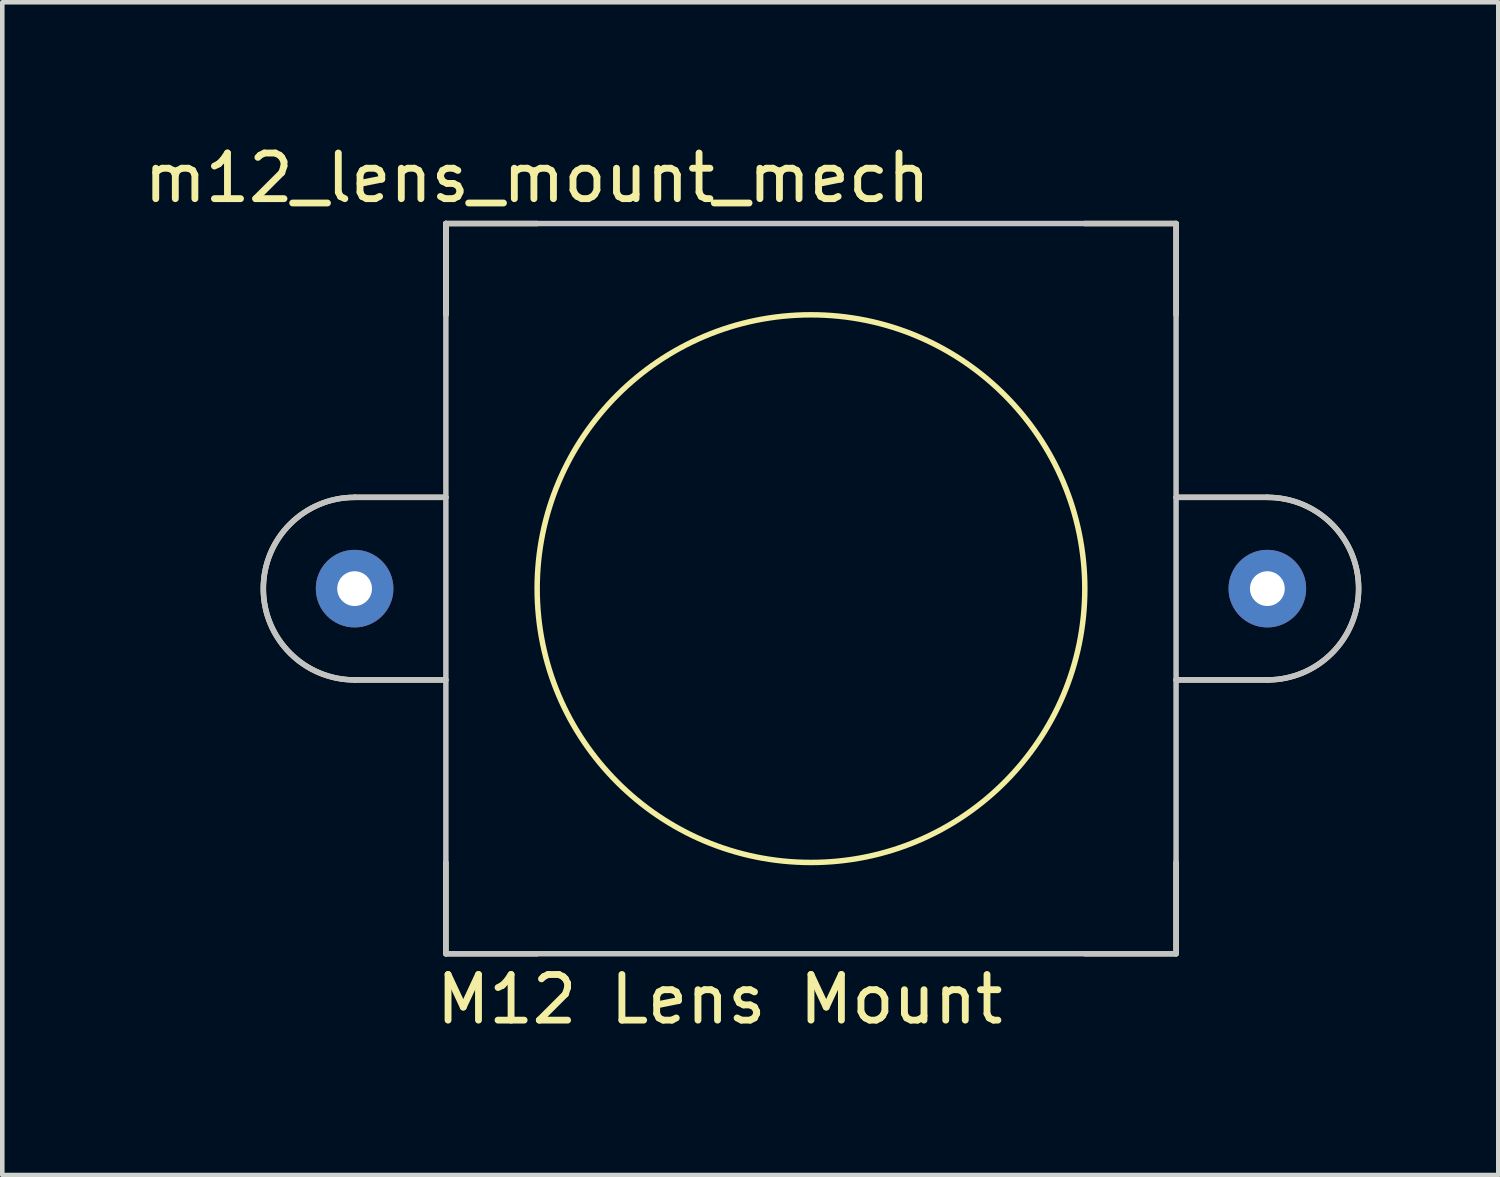
<source format=kicad_pcb>
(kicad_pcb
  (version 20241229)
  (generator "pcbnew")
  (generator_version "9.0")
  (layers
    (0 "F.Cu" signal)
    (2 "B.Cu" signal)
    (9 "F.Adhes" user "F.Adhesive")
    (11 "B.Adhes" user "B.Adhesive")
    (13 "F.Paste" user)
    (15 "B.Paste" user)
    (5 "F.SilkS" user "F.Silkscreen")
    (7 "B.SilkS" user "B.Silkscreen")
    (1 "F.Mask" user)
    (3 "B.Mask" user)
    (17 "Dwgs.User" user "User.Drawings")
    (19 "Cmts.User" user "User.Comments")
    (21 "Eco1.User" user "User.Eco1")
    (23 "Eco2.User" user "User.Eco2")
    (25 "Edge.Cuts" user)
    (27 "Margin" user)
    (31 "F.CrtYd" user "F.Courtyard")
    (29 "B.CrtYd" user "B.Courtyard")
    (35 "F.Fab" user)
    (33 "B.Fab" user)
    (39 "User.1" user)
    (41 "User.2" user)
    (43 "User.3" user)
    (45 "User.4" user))
  (footprint "m12_lens_mount_mech"
    (layer "F.Cu")
    (at 14.72 9.848)
    (property "Reference" "m12_lens_mount_mech" (at -6 -9 0) (unlocked yes) (layer "F.SilkS") (effects (font (size 1 1) (thickness 0.15))))
    (fp_line (start -10 -2) (end -8 -2) (stroke (width 0.12) (type solid)) (layer "F.SilkS"))
    (fp_line (start -8 -8) (end -8 -6) (stroke (width 0.12) (type solid)) (layer "F.SilkS"))
    (fp_line (start -8 -8) (end -6 -8) (stroke (width 0.12) (type solid)) (layer "F.SilkS"))
    (fp_line (start -8 -6) (end -8 -8) (stroke (width 0.12) (type solid)) (layer "F.SilkS"))
    (fp_line (start -8 2) (end -10 2) (stroke (width 0.12) (type solid)) (layer "F.SilkS"))
    (fp_line (start -8 8) (end -8 6) (stroke (width 0.12) (type solid)) (layer "F.SilkS"))
    (fp_line (start -6 8) (end -8 8) (stroke (width 0.12) (type solid)) (layer "F.SilkS"))
    (fp_line (start 6 -8) (end 8 -8) (stroke (width 0.12) (type solid)) (layer "F.SilkS"))
    (fp_line (start 8 -8) (end 8 -6) (stroke (width 0.12) (type solid)) (layer "F.SilkS"))
    (fp_line (start 8 -2) (end 10 -2) (stroke (width 0.12) (type solid)) (layer "F.SilkS"))
    (fp_line (start 8 2) (end 10 2) (stroke (width 0.12) (type solid)) (layer "F.SilkS"))
    (fp_line (start 8 6) (end 8 8) (stroke (width 0.12) (type solid)) (layer "F.SilkS"))
    (fp_line (start 8 8) (end 6 8) (stroke (width 0.12) (type solid)) (layer "F.SilkS"))
    (fp_arc (start -10 2) (mid -12 0) (end -10 -2) (stroke (width 0.12) (type solid)) (layer "F.SilkS"))
    (fp_arc (start 10 -2) (mid 12 0) (end 10 2) (stroke (width 0.12) (type solid)) (layer "F.SilkS"))
    (fp_circle (center 0 0) (end 6 0) (stroke (width 0.12) (type solid)) (fill no) (layer "F.SilkS"))
    (fp_line (start -8 -8) (end 8 -8) (stroke (width 0.12) (type solid)) (layer "Dwgs.User"))
    (fp_line (start -8 -2) (end -10 -2) (stroke (width 0.12) (type solid)) (layer "Dwgs.User"))
    (fp_line (start -8 2) (end -10 2) (stroke (width 0.12) (type solid)) (layer "Dwgs.User"))
    (fp_line (start -8 8) (end -8 -8) (stroke (width 0.12) (type solid)) (layer "Dwgs.User"))
    (fp_line (start 8 -8) (end 8 8) (stroke (width 0.12) (type solid)) (layer "Dwgs.User"))
    (fp_line (start 8 -2) (end 10 -2) (stroke (width 0.12) (type solid)) (layer "Dwgs.User"))
    (fp_line (start 8 2) (end 10 2) (stroke (width 0.12) (type solid)) (layer "Dwgs.User"))
    (fp_line (start 8 8) (end -8 8) (stroke (width 0.12) (type solid)) (layer "Dwgs.User"))
    (fp_arc (start -10 2) (mid -12 0) (end -10 -2) (stroke (width 0.12) (type solid)) (layer "Dwgs.User"))
    (fp_arc (start 10 -2) (mid 12 0) (end 10 2) (stroke (width 0.12) (type solid)) (layer "Dwgs.User"))
    (fp_text user "M12 Lens Mount" (at -2 9 0) (unlocked yes) (layer "F.SilkS") (effects (font (size 1 1) (thickness 0.15))))
    (pad "" np_thru_hole circle (at -10 0 180) (size 1.7 1.7) (drill 0.762) (layers "*.Cu" "*.Mask"))
    (pad "" np_thru_hole circle (at 10 0) (size 1.7 1.7) (drill 0.762) (layers "*.Cu" "*.Mask")))
  (gr_rect
    (start -3 -3)
    (end 29.78 22.697)
    (stroke (width 0.1) (type default))
    (fill no)
    (layer "Edge.Cuts")))
</source>
